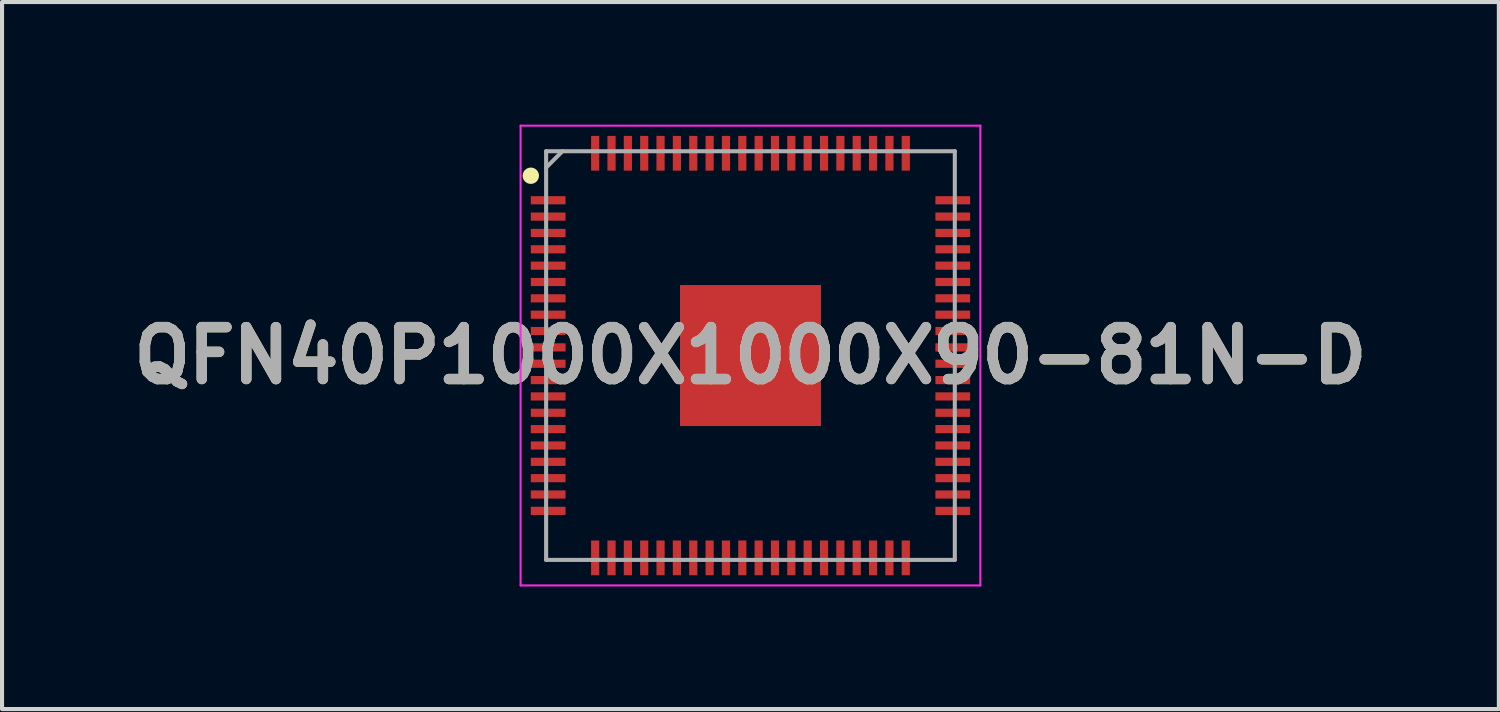
<source format=kicad_pcb>
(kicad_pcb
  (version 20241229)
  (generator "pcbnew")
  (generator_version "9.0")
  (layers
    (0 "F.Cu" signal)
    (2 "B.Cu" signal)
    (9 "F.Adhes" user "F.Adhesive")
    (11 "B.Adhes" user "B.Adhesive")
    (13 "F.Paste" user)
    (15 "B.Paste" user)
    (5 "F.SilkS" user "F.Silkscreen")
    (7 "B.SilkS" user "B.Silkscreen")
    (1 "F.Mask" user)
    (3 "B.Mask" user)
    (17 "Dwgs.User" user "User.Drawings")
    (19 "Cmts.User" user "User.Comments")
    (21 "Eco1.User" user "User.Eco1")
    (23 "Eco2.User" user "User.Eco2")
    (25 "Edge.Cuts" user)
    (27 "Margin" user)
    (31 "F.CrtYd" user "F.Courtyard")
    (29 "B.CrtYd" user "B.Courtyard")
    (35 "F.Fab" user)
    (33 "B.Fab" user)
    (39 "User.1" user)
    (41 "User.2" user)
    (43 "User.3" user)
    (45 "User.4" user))
  (footprint "QFN40P1000X1000X90-81N-D"
    (layer "F.Cu")
    (at 15.313 5.65)
    (property "Reference" "QFN40P1000X1000X90-81N-D" (at 0 0 0) (layer "F.SilkS") (effects (font (size 1.27 1.27) (thickness 0.254))))
    (attr smd)
    (fp_circle (center -5.375 -4.4) (end -5.375 -4.3) (stroke (width 0.2) (type solid)) (fill no) (layer "F.SilkS"))
    (fp_line (start -5.625 -5.625) (end 5.625 -5.625) (stroke (width 0.05) (type solid)) (layer "F.CrtYd"))
    (fp_line (start -5.625 5.625) (end -5.625 -5.625) (stroke (width 0.05) (type solid)) (layer "F.CrtYd"))
    (fp_line (start 5.625 -5.625) (end 5.625 5.625) (stroke (width 0.05) (type solid)) (layer "F.CrtYd"))
    (fp_line (start 5.625 5.625) (end -5.625 5.625) (stroke (width 0.05) (type solid)) (layer "F.CrtYd"))
    (fp_line (start -5 -5) (end 5 -5) (stroke (width 0.1) (type solid)) (layer "F.Fab"))
    (fp_line (start -5 -4.6) (end -4.6 -5) (stroke (width 0.1) (type solid)) (layer "F.Fab"))
    (fp_line (start -5 5) (end -5 -5) (stroke (width 0.1) (type solid)) (layer "F.Fab"))
    (fp_line (start 5 -5) (end 5 5) (stroke (width 0.1) (type solid)) (layer "F.Fab"))
    (fp_line (start 5 5) (end -5 5) (stroke (width 0.1) (type solid)) (layer "F.Fab"))
    (fp_text user "${REFERENCE}" (at 0 0 0) (layer "F.Fab") (effects (font (size 1.27 1.27) (thickness 0.254))))
    (pad "1" smd rect (at -4.95 -3.8 90) (size 0.2 0.85) (layers "F.Cu" "F.Mask" "F.Paste"))
    (pad "2" smd rect (at -4.95 -3.4 90) (size 0.2 0.85) (layers "F.Cu" "F.Mask" "F.Paste"))
    (pad "3" smd rect (at -4.95 -3 90) (size 0.2 0.85) (layers "F.Cu" "F.Mask" "F.Paste"))
    (pad "4" smd rect (at -4.95 -2.6 90) (size 0.2 0.85) (layers "F.Cu" "F.Mask" "F.Paste"))
    (pad "5" smd rect (at -4.95 -2.2 90) (size 0.2 0.85) (layers "F.Cu" "F.Mask" "F.Paste"))
    (pad "6" smd rect (at -4.95 -1.8 90) (size 0.2 0.85) (layers "F.Cu" "F.Mask" "F.Paste"))
    (pad "7" smd rect (at -4.95 -1.4 90) (size 0.2 0.85) (layers "F.Cu" "F.Mask" "F.Paste"))
    (pad "8" smd rect (at -4.95 -1 90) (size 0.2 0.85) (layers "F.Cu" "F.Mask" "F.Paste"))
    (pad "9" smd rect (at -4.95 -0.6 90) (size 0.2 0.85) (layers "F.Cu" "F.Mask" "F.Paste"))
    (pad "10" smd rect (at -4.95 -0.2 90) (size 0.2 0.85) (layers "F.Cu" "F.Mask" "F.Paste"))
    (pad "11" smd rect (at -4.95 0.2 90) (size 0.2 0.85) (layers "F.Cu" "F.Mask" "F.Paste"))
    (pad "12" smd rect (at -4.95 0.6 90) (size 0.2 0.85) (layers "F.Cu" "F.Mask" "F.Paste"))
    (pad "13" smd rect (at -4.95 1 90) (size 0.2 0.85) (layers "F.Cu" "F.Mask" "F.Paste"))
    (pad "14" smd rect (at -4.95 1.4 90) (size 0.2 0.85) (layers "F.Cu" "F.Mask" "F.Paste"))
    (pad "15" smd rect (at -4.95 1.8 90) (size 0.2 0.85) (layers "F.Cu" "F.Mask" "F.Paste"))
    (pad "16" smd rect (at -4.95 2.2 90) (size 0.2 0.85) (layers "F.Cu" "F.Mask" "F.Paste"))
    (pad "17" smd rect (at -4.95 2.6 90) (size 0.2 0.85) (layers "F.Cu" "F.Mask" "F.Paste"))
    (pad "18" smd rect (at -4.95 3 90) (size 0.2 0.85) (layers "F.Cu" "F.Mask" "F.Paste"))
    (pad "19" smd rect (at -4.95 3.4 90) (size 0.2 0.85) (layers "F.Cu" "F.Mask" "F.Paste"))
    (pad "20" smd rect (at -4.95 3.8 90) (size 0.2 0.85) (layers "F.Cu" "F.Mask" "F.Paste"))
    (pad "21" smd rect (at -3.8 4.95) (size 0.2 0.85) (layers "F.Cu" "F.Mask" "F.Paste"))
    (pad "22" smd rect (at -3.4 4.95) (size 0.2 0.85) (layers "F.Cu" "F.Mask" "F.Paste"))
    (pad "23" smd rect (at -3 4.95) (size 0.2 0.85) (layers "F.Cu" "F.Mask" "F.Paste"))
    (pad "24" smd rect (at -2.6 4.95) (size 0.2 0.85) (layers "F.Cu" "F.Mask" "F.Paste"))
    (pad "25" smd rect (at -2.2 4.95) (size 0.2 0.85) (layers "F.Cu" "F.Mask" "F.Paste"))
    (pad "26" smd rect (at -1.8 4.95) (size 0.2 0.85) (layers "F.Cu" "F.Mask" "F.Paste"))
    (pad "27" smd rect (at -1.4 4.95) (size 0.2 0.85) (layers "F.Cu" "F.Mask" "F.Paste"))
    (pad "28" smd rect (at -1 4.95) (size 0.2 0.85) (layers "F.Cu" "F.Mask" "F.Paste"))
    (pad "29" smd rect (at -0.6 4.95) (size 0.2 0.85) (layers "F.Cu" "F.Mask" "F.Paste"))
    (pad "30" smd rect (at -0.2 4.95) (size 0.2 0.85) (layers "F.Cu" "F.Mask" "F.Paste"))
    (pad "31" smd rect (at 0.2 4.95) (size 0.2 0.85) (layers "F.Cu" "F.Mask" "F.Paste"))
    (pad "32" smd rect (at 0.6 4.95) (size 0.2 0.85) (layers "F.Cu" "F.Mask" "F.Paste"))
    (pad "33" smd rect (at 1 4.95) (size 0.2 0.85) (layers "F.Cu" "F.Mask" "F.Paste"))
    (pad "34" smd rect (at 1.4 4.95) (size 0.2 0.85) (layers "F.Cu" "F.Mask" "F.Paste"))
    (pad "35" smd rect (at 1.8 4.95) (size 0.2 0.85) (layers "F.Cu" "F.Mask" "F.Paste"))
    (pad "36" smd rect (at 2.2 4.95) (size 0.2 0.85) (layers "F.Cu" "F.Mask" "F.Paste"))
    (pad "37" smd rect (at 2.6 4.95) (size 0.2 0.85) (layers "F.Cu" "F.Mask" "F.Paste"))
    (pad "38" smd rect (at 3 4.95) (size 0.2 0.85) (layers "F.Cu" "F.Mask" "F.Paste"))
    (pad "39" smd rect (at 3.4 4.95) (size 0.2 0.85) (layers "F.Cu" "F.Mask" "F.Paste"))
    (pad "40" smd rect (at 3.8 4.95) (size 0.2 0.85) (layers "F.Cu" "F.Mask" "F.Paste"))
    (pad "41" smd rect (at 4.95 3.8 90) (size 0.2 0.85) (layers "F.Cu" "F.Mask" "F.Paste"))
    (pad "42" smd rect (at 4.95 3.4 90) (size 0.2 0.85) (layers "F.Cu" "F.Mask" "F.Paste"))
    (pad "43" smd rect (at 4.95 3 90) (size 0.2 0.85) (layers "F.Cu" "F.Mask" "F.Paste"))
    (pad "44" smd rect (at 4.95 2.6 90) (size 0.2 0.85) (layers "F.Cu" "F.Mask" "F.Paste"))
    (pad "45" smd rect (at 4.95 2.2 90) (size 0.2 0.85) (layers "F.Cu" "F.Mask" "F.Paste"))
    (pad "46" smd rect (at 4.95 1.8 90) (size 0.2 0.85) (layers "F.Cu" "F.Mask" "F.Paste"))
    (pad "47" smd rect (at 4.95 1.4 90) (size 0.2 0.85) (layers "F.Cu" "F.Mask" "F.Paste"))
    (pad "48" smd rect (at 4.95 1 90) (size 0.2 0.85) (layers "F.Cu" "F.Mask" "F.Paste"))
    (pad "49" smd rect (at 4.95 0.6 90) (size 0.2 0.85) (layers "F.Cu" "F.Mask" "F.Paste"))
    (pad "50" smd rect (at 4.95 0.2 90) (size 0.2 0.85) (layers "F.Cu" "F.Mask" "F.Paste"))
    (pad "51" smd rect (at 4.95 -0.2 90) (size 0.2 0.85) (layers "F.Cu" "F.Mask" "F.Paste"))
    (pad "52" smd rect (at 4.95 -0.6 90) (size 0.2 0.85) (layers "F.Cu" "F.Mask" "F.Paste"))
    (pad "53" smd rect (at 4.95 -1 90) (size 0.2 0.85) (layers "F.Cu" "F.Mask" "F.Paste"))
    (pad "54" smd rect (at 4.95 -1.4 90) (size 0.2 0.85) (layers "F.Cu" "F.Mask" "F.Paste"))
    (pad "55" smd rect (at 4.95 -1.8 90) (size 0.2 0.85) (layers "F.Cu" "F.Mask" "F.Paste"))
    (pad "56" smd rect (at 4.95 -2.2 90) (size 0.2 0.85) (layers "F.Cu" "F.Mask" "F.Paste"))
    (pad "57" smd rect (at 4.95 -2.6 90) (size 0.2 0.85) (layers "F.Cu" "F.Mask" "F.Paste"))
    (pad "58" smd rect (at 4.95 -3 90) (size 0.2 0.85) (layers "F.Cu" "F.Mask" "F.Paste"))
    (pad "59" smd rect (at 4.95 -3.4 90) (size 0.2 0.85) (layers "F.Cu" "F.Mask" "F.Paste"))
    (pad "60" smd rect (at 4.95 -3.8 90) (size 0.2 0.85) (layers "F.Cu" "F.Mask" "F.Paste"))
    (pad "61" smd rect (at 3.8 -4.95) (size 0.2 0.85) (layers "F.Cu" "F.Mask" "F.Paste"))
    (pad "62" smd rect (at 3.4 -4.95) (size 0.2 0.85) (layers "F.Cu" "F.Mask" "F.Paste"))
    (pad "63" smd rect (at 3 -4.95) (size 0.2 0.85) (layers "F.Cu" "F.Mask" "F.Paste"))
    (pad "64" smd rect (at 2.6 -4.95) (size 0.2 0.85) (layers "F.Cu" "F.Mask" "F.Paste"))
    (pad "65" smd rect (at 2.2 -4.95) (size 0.2 0.85) (layers "F.Cu" "F.Mask" "F.Paste"))
    (pad "66" smd rect (at 1.8 -4.95) (size 0.2 0.85) (layers "F.Cu" "F.Mask" "F.Paste"))
    (pad "67" smd rect (at 1.4 -4.95) (size 0.2 0.85) (layers "F.Cu" "F.Mask" "F.Paste"))
    (pad "68" smd rect (at 1 -4.95) (size 0.2 0.85) (layers "F.Cu" "F.Mask" "F.Paste"))
    (pad "69" smd rect (at 0.6 -4.95) (size 0.2 0.85) (layers "F.Cu" "F.Mask" "F.Paste"))
    (pad "70" smd rect (at 0.2 -4.95) (size 0.2 0.85) (layers "F.Cu" "F.Mask" "F.Paste"))
    (pad "71" smd rect (at -0.2 -4.95) (size 0.2 0.85) (layers "F.Cu" "F.Mask" "F.Paste"))
    (pad "72" smd rect (at -0.6 -4.95) (size 0.2 0.85) (layers "F.Cu" "F.Mask" "F.Paste"))
    (pad "73" smd rect (at -1 -4.95) (size 0.2 0.85) (layers "F.Cu" "F.Mask" "F.Paste"))
    (pad "74" smd rect (at -1.4 -4.95) (size 0.2 0.85) (layers "F.Cu" "F.Mask" "F.Paste"))
    (pad "75" smd rect (at -1.8 -4.95) (size 0.2 0.85) (layers "F.Cu" "F.Mask" "F.Paste"))
    (pad "76" smd rect (at -2.2 -4.95) (size 0.2 0.85) (layers "F.Cu" "F.Mask" "F.Paste"))
    (pad "77" smd rect (at -2.6 -4.95) (size 0.2 0.85) (layers "F.Cu" "F.Mask" "F.Paste"))
    (pad "78" smd rect (at -3 -4.95) (size 0.2 0.85) (layers "F.Cu" "F.Mask" "F.Paste"))
    (pad "79" smd rect (at -3.4 -4.95) (size 0.2 0.85) (layers "F.Cu" "F.Mask" "F.Paste"))
    (pad "80" smd rect (at -3.8 -4.95) (size 0.2 0.85) (layers "F.Cu" "F.Mask" "F.Paste"))
    (pad "81" smd rect (at 0 0) (size 3.45 3.45) (layers "F.Cu" "F.Mask" "F.Paste")))
  (gr_rect
    (start -3 -3)
    (end 33.625 14.3)
    (stroke (width 0.1) (type default))
    (fill no)
    (layer "Edge.Cuts")))
</source>
